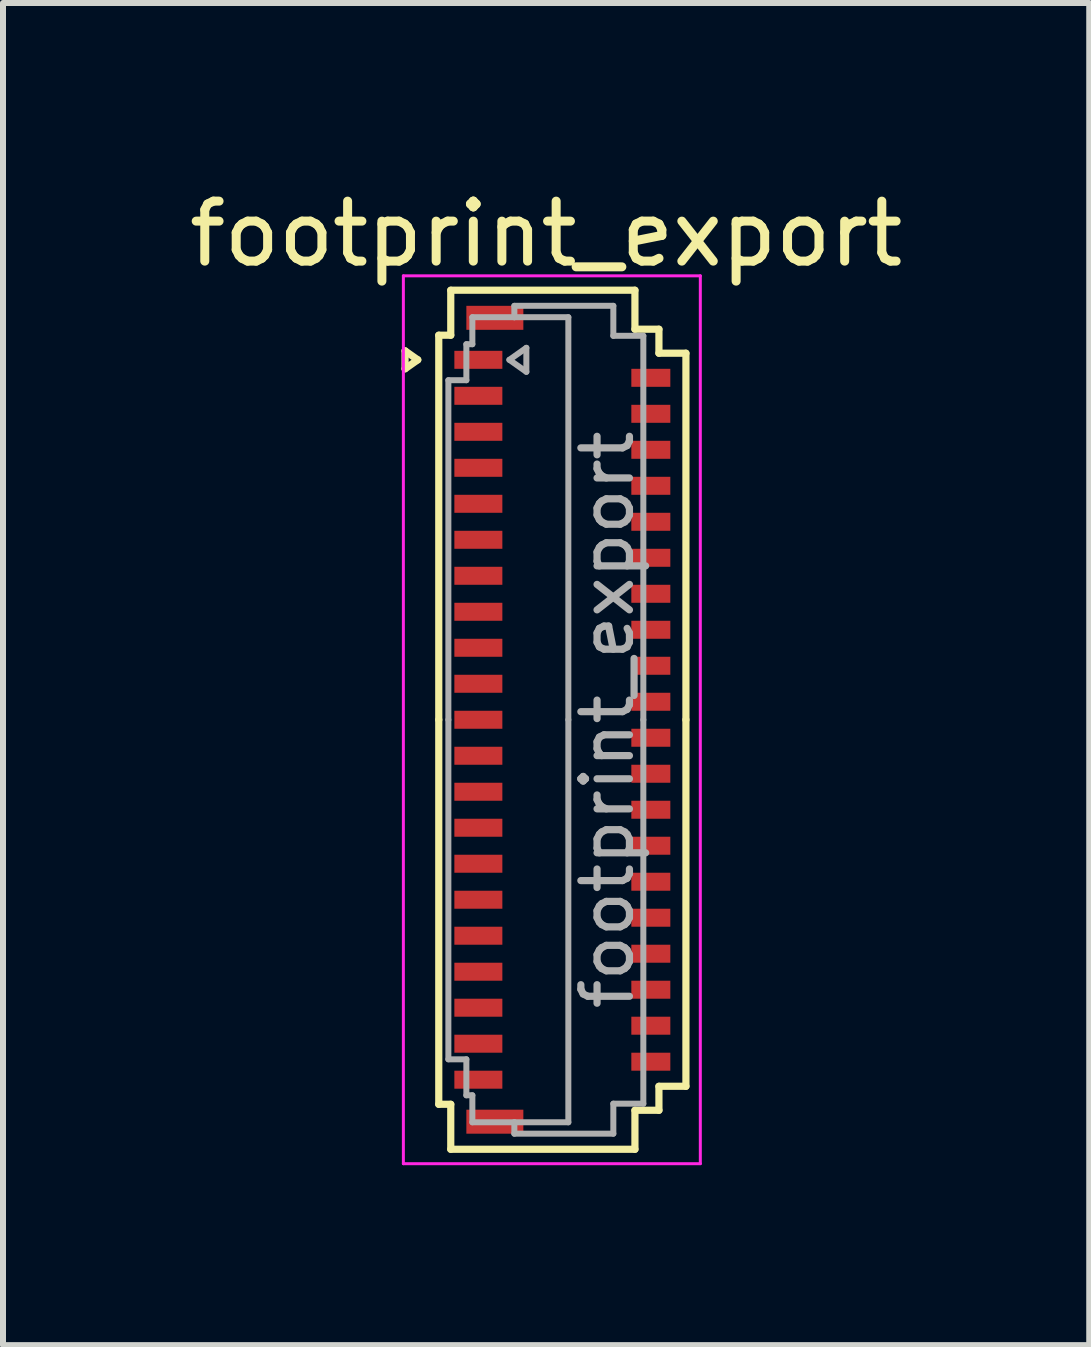
<source format=kicad_pcb>
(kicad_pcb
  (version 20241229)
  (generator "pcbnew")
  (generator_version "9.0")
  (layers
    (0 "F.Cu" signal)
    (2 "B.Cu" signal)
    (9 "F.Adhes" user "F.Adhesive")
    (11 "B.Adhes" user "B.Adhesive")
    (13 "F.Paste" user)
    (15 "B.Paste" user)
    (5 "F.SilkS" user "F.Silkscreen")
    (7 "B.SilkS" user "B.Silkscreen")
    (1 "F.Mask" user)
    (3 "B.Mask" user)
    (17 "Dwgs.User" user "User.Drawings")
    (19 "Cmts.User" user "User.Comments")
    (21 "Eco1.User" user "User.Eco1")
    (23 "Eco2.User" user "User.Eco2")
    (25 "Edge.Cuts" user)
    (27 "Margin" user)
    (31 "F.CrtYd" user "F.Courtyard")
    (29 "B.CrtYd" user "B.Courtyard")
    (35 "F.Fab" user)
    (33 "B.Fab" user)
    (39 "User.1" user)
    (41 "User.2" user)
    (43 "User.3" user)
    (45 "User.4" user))
  (footprint "footprint_export"
    (layer "F.Cu")
    (at 6.324 8.948)
    (property "Reference" "footprint_export" (at -0.27 -8.1 0) (layer "F.SilkS") (effects (font (size 1 1) (thickness 0.15))))
    (attr smd)
    (fp_line (start -2.622 -6.15) (end -2.41 -6) (stroke (width 0.12) (type solid)) (layer "F.SilkS"))
    (fp_line (start -2.622 -5.85) (end -2.622 -6.15) (stroke (width 0.12) (type solid)) (layer "F.SilkS"))
    (fp_line (start -2.41 -6) (end -2.622 -5.85) (stroke (width 0.12) (type solid)) (layer "F.SilkS"))
    (fp_line (start -2.06 -6.41) (end -2.06 0) (stroke (width 0.12) (type solid)) (layer "F.SilkS"))
    (fp_line (start -2.06 6.41) (end -2.06 0) (stroke (width 0.12) (type solid)) (layer "F.SilkS"))
    (fp_line (start -1.86 -7.16) (end -1.86 -6.41) (stroke (width 0.12) (type solid)) (layer "F.SilkS"))
    (fp_line (start -1.86 -6.41) (end -2.06 -6.41) (stroke (width 0.12) (type solid)) (layer "F.SilkS"))
    (fp_line (start -1.86 6.41) (end -2.06 6.41) (stroke (width 0.12) (type solid)) (layer "F.SilkS"))
    (fp_line (start -1.86 7.16) (end -1.86 6.41) (stroke (width 0.12) (type solid)) (layer "F.SilkS"))
    (fp_line (start 1.21 -7.16) (end -1.86 -7.16) (stroke (width 0.12) (type solid)) (layer "F.SilkS"))
    (fp_line (start 1.21 -6.51) (end 1.21 -7.16) (stroke (width 0.12) (type solid)) (layer "F.SilkS"))
    (fp_line (start 1.21 6.51) (end 1.21 7.16) (stroke (width 0.12) (type solid)) (layer "F.SilkS"))
    (fp_line (start 1.21 7.16) (end -1.86 7.16) (stroke (width 0.12) (type solid)) (layer "F.SilkS"))
    (fp_line (start 1.61 -6.51) (end 1.21 -6.51) (stroke (width 0.12) (type solid)) (layer "F.SilkS"))
    (fp_line (start 1.61 -6.11) (end 1.61 -6.51) (stroke (width 0.12) (type solid)) (layer "F.SilkS"))
    (fp_line (start 1.61 6.11) (end 1.61 6.51) (stroke (width 0.12) (type solid)) (layer "F.SilkS"))
    (fp_line (start 1.61 6.51) (end 1.21 6.51) (stroke (width 0.12) (type solid)) (layer "F.SilkS"))
    (fp_line (start 2.06 -6.11) (end 1.61 -6.11) (stroke (width 0.12) (type solid)) (layer "F.SilkS"))
    (fp_line (start 2.06 0) (end 2.06 -6.11) (stroke (width 0.12) (type solid)) (layer "F.SilkS"))
    (fp_line (start 2.06 0) (end 2.06 6.11) (stroke (width 0.12) (type solid)) (layer "F.SilkS"))
    (fp_line (start 2.06 6.11) (end 1.61 6.11) (stroke (width 0.12) (type solid)) (layer "F.SilkS"))
    (fp_line (start -2.65 -7.4) (end -2.65 7.4) (stroke (width 0.05) (type solid)) (layer "F.CrtYd"))
    (fp_line (start -2.65 7.4) (end 2.3 7.4) (stroke (width 0.05) (type solid)) (layer "F.CrtYd"))
    (fp_line (start 2.3 -7.4) (end -2.65 -7.4) (stroke (width 0.05) (type solid)) (layer "F.CrtYd"))
    (fp_line (start 2.3 7.4) (end 2.3 -7.4) (stroke (width 0.05) (type solid)) (layer "F.CrtYd"))
    (fp_line (start -1.9 -5.66) (end -1.6 -5.66) (stroke (width 0.1) (type solid)) (layer "F.Fab"))
    (fp_line (start -1.9 0) (end -1.9 -5.66) (stroke (width 0.1) (type solid)) (layer "F.Fab"))
    (fp_line (start -1.9 0) (end -1.9 5.66) (stroke (width 0.1) (type solid)) (layer "F.Fab"))
    (fp_line (start -1.9 5.66) (end -1.6 5.66) (stroke (width 0.1) (type solid)) (layer "F.Fab"))
    (fp_line (start -1.6 -6.26) (end -1.5 -6.26) (stroke (width 0.1) (type solid)) (layer "F.Fab"))
    (fp_line (start -1.6 -5.66) (end -1.6 -6.26) (stroke (width 0.1) (type solid)) (layer "F.Fab"))
    (fp_line (start -1.6 5.66) (end -1.6 6.26) (stroke (width 0.1) (type solid)) (layer "F.Fab"))
    (fp_line (start -1.6 6.26) (end -1.5 6.26) (stroke (width 0.1) (type solid)) (layer "F.Fab"))
    (fp_line (start -1.5 -6.71) (end -0.8 -6.71) (stroke (width 0.1) (type solid)) (layer "F.Fab"))
    (fp_line (start -1.5 -6.26) (end -1.5 -6.71) (stroke (width 0.1) (type solid)) (layer "F.Fab"))
    (fp_line (start -1.5 6.26) (end -1.5 6.71) (stroke (width 0.1) (type solid)) (layer "F.Fab"))
    (fp_line (start -1.5 6.71) (end -0.8 6.71) (stroke (width 0.1) (type solid)) (layer "F.Fab"))
    (fp_line (start -0.883 -6) (end -0.6 -5.8) (stroke (width 0.1) (type solid)) (layer "F.Fab"))
    (fp_line (start -0.8 -6.9) (end 0.85 -6.9) (stroke (width 0.1) (type solid)) (layer "F.Fab"))
    (fp_line (start -0.8 -6.71) (end -0.8 -6.9) (stroke (width 0.1) (type solid)) (layer "F.Fab"))
    (fp_line (start -0.8 6.71) (end -0.8 6.9) (stroke (width 0.1) (type solid)) (layer "F.Fab"))
    (fp_line (start -0.8 6.9) (end 0.85 6.9) (stroke (width 0.1) (type solid)) (layer "F.Fab"))
    (fp_line (start -0.6 -6.2) (end -0.883 -6) (stroke (width 0.1) (type solid)) (layer "F.Fab"))
    (fp_line (start -0.6 -5.8) (end -0.6 -6.2) (stroke (width 0.1) (type solid)) (layer "F.Fab"))
    (fp_line (start 0.1 -6.71) (end -0.8 -6.71) (stroke (width 0.1) (type solid)) (layer "F.Fab"))
    (fp_line (start 0.1 0) (end 0.1 -6.71) (stroke (width 0.1) (type solid)) (layer "F.Fab"))
    (fp_line (start 0.1 0) (end 0.1 6.71) (stroke (width 0.1) (type solid)) (layer "F.Fab"))
    (fp_line (start 0.1 6.71) (end -0.8 6.71) (stroke (width 0.1) (type solid)) (layer "F.Fab"))
    (fp_line (start 0.85 -6.9) (end 0.85 -6.4) (stroke (width 0.1) (type solid)) (layer "F.Fab"))
    (fp_line (start 0.85 -6.4) (end 1.35 -6.4) (stroke (width 0.1) (type solid)) (layer "F.Fab"))
    (fp_line (start 0.85 6.4) (end 1.35 6.4) (stroke (width 0.1) (type solid)) (layer "F.Fab"))
    (fp_line (start 0.85 6.9) (end 0.85 6.4) (stroke (width 0.1) (type solid)) (layer "F.Fab"))
    (fp_line (start 1.35 -6.4) (end 1.35 0) (stroke (width 0.1) (type solid)) (layer "F.Fab"))
    (fp_line (start 1.35 6.4) (end 1.35 0) (stroke (width 0.1) (type solid)) (layer "F.Fab"))
    (fp_text user "${REFERENCE}" (at 0.75 0 90) (layer "F.Fab") (effects (font (size 0.81 0.81) (thickness 0.12))))
    (pad "1" smd rect (at -1.4 -6) (size 0.8 0.3) (layers "F.Cu" "F.Mask" "F.Paste"))
    (pad "2" smd rect (at 1.475 -5.7) (size 0.65 0.3) (layers "F.Cu" "F.Mask" "F.Paste"))
    (pad "3" smd rect (at -1.4 -5.4) (size 0.8 0.3) (layers "F.Cu" "F.Mask" "F.Paste"))
    (pad "4" smd rect (at 1.475 -5.1) (size 0.65 0.3) (layers "F.Cu" "F.Mask" "F.Paste"))
    (pad "5" smd rect (at -1.4 -4.8) (size 0.8 0.3) (layers "F.Cu" "F.Mask" "F.Paste"))
    (pad "6" smd rect (at 1.475 -4.5) (size 0.65 0.3) (layers "F.Cu" "F.Mask" "F.Paste"))
    (pad "7" smd rect (at -1.4 -4.2) (size 0.8 0.3) (layers "F.Cu" "F.Mask" "F.Paste"))
    (pad "8" smd rect (at 1.475 -3.9) (size 0.65 0.3) (layers "F.Cu" "F.Mask" "F.Paste"))
    (pad "9" smd rect (at -1.4 -3.6) (size 0.8 0.3) (layers "F.Cu" "F.Mask" "F.Paste"))
    (pad "10" smd rect (at 1.475 -3.3) (size 0.65 0.3) (layers "F.Cu" "F.Mask" "F.Paste"))
    (pad "11" smd rect (at -1.4 -3) (size 0.8 0.3) (layers "F.Cu" "F.Mask" "F.Paste"))
    (pad "12" smd rect (at 1.475 -2.7) (size 0.65 0.3) (layers "F.Cu" "F.Mask" "F.Paste"))
    (pad "13" smd rect (at -1.4 -2.4) (size 0.8 0.3) (layers "F.Cu" "F.Mask" "F.Paste"))
    (pad "14" smd rect (at 1.475 -2.1) (size 0.65 0.3) (layers "F.Cu" "F.Mask" "F.Paste"))
    (pad "15" smd rect (at -1.4 -1.8) (size 0.8 0.3) (layers "F.Cu" "F.Mask" "F.Paste"))
    (pad "16" smd rect (at 1.475 -1.5) (size 0.65 0.3) (layers "F.Cu" "F.Mask" "F.Paste"))
    (pad "17" smd rect (at -1.4 -1.2) (size 0.8 0.3) (layers "F.Cu" "F.Mask" "F.Paste"))
    (pad "18" smd rect (at 1.475 -0.9) (size 0.65 0.3) (layers "F.Cu" "F.Mask" "F.Paste"))
    (pad "19" smd rect (at -1.4 -0.6) (size 0.8 0.3) (layers "F.Cu" "F.Mask" "F.Paste"))
    (pad "20" smd rect (at 1.475 -0.3) (size 0.65 0.3) (layers "F.Cu" "F.Mask" "F.Paste"))
    (pad "21" smd rect (at -1.4 0) (size 0.8 0.3) (layers "F.Cu" "F.Mask" "F.Paste"))
    (pad "22" smd rect (at 1.475 0.3) (size 0.65 0.3) (layers "F.Cu" "F.Mask" "F.Paste"))
    (pad "23" smd rect (at -1.4 0.6) (size 0.8 0.3) (layers "F.Cu" "F.Mask" "F.Paste"))
    (pad "24" smd rect (at 1.475 0.9) (size 0.65 0.3) (layers "F.Cu" "F.Mask" "F.Paste"))
    (pad "25" smd rect (at -1.4 1.2) (size 0.8 0.3) (layers "F.Cu" "F.Mask" "F.Paste"))
    (pad "26" smd rect (at 1.475 1.5) (size 0.65 0.3) (layers "F.Cu" "F.Mask" "F.Paste"))
    (pad "27" smd rect (at -1.4 1.8) (size 0.8 0.3) (layers "F.Cu" "F.Mask" "F.Paste"))
    (pad "28" smd rect (at 1.475 2.1) (size 0.65 0.3) (layers "F.Cu" "F.Mask" "F.Paste"))
    (pad "29" smd rect (at -1.4 2.4) (size 0.8 0.3) (layers "F.Cu" "F.Mask" "F.Paste"))
    (pad "30" smd rect (at 1.475 2.7) (size 0.65 0.3) (layers "F.Cu" "F.Mask" "F.Paste"))
    (pad "31" smd rect (at -1.4 3) (size 0.8 0.3) (layers "F.Cu" "F.Mask" "F.Paste"))
    (pad "32" smd rect (at 1.475 3.3) (size 0.65 0.3) (layers "F.Cu" "F.Mask" "F.Paste"))
    (pad "33" smd rect (at -1.4 3.6) (size 0.8 0.3) (layers "F.Cu" "F.Mask" "F.Paste"))
    (pad "34" smd rect (at 1.475 3.9) (size 0.65 0.3) (layers "F.Cu" "F.Mask" "F.Paste"))
    (pad "35" smd rect (at -1.4 4.2) (size 0.8 0.3) (layers "F.Cu" "F.Mask" "F.Paste"))
    (pad "36" smd rect (at 1.475 4.5) (size 0.65 0.3) (layers "F.Cu" "F.Mask" "F.Paste"))
    (pad "37" smd rect (at -1.4 4.8) (size 0.8 0.3) (layers "F.Cu" "F.Mask" "F.Paste"))
    (pad "38" smd rect (at 1.475 5.1) (size 0.65 0.3) (layers "F.Cu" "F.Mask" "F.Paste"))
    (pad "39" smd rect (at -1.4 5.4) (size 0.8 0.3) (layers "F.Cu" "F.Mask" "F.Paste"))
    (pad "40" smd rect (at 1.475 5.7) (size 0.65 0.3) (layers "F.Cu" "F.Mask" "F.Paste"))
    (pad "41" smd rect (at -1.4 6) (size 0.8 0.3) (layers "F.Cu" "F.Mask" "F.Paste"))
    (pad "MP" smd rect (at -1.125 -6.7) (size 0.95 0.4) (layers "F.Cu" "F.Mask" "F.Paste"))
    (pad "MP" smd rect (at -1.125 6.7) (size 0.95 0.4) (layers "F.Cu" "F.Mask" "F.Paste")))
  (gr_rect
    (start -3 -3)
    (end 15.107 19.373)
    (stroke (width 0.1) (type default))
    (fill no)
    (layer "Edge.Cuts")))
</source>
